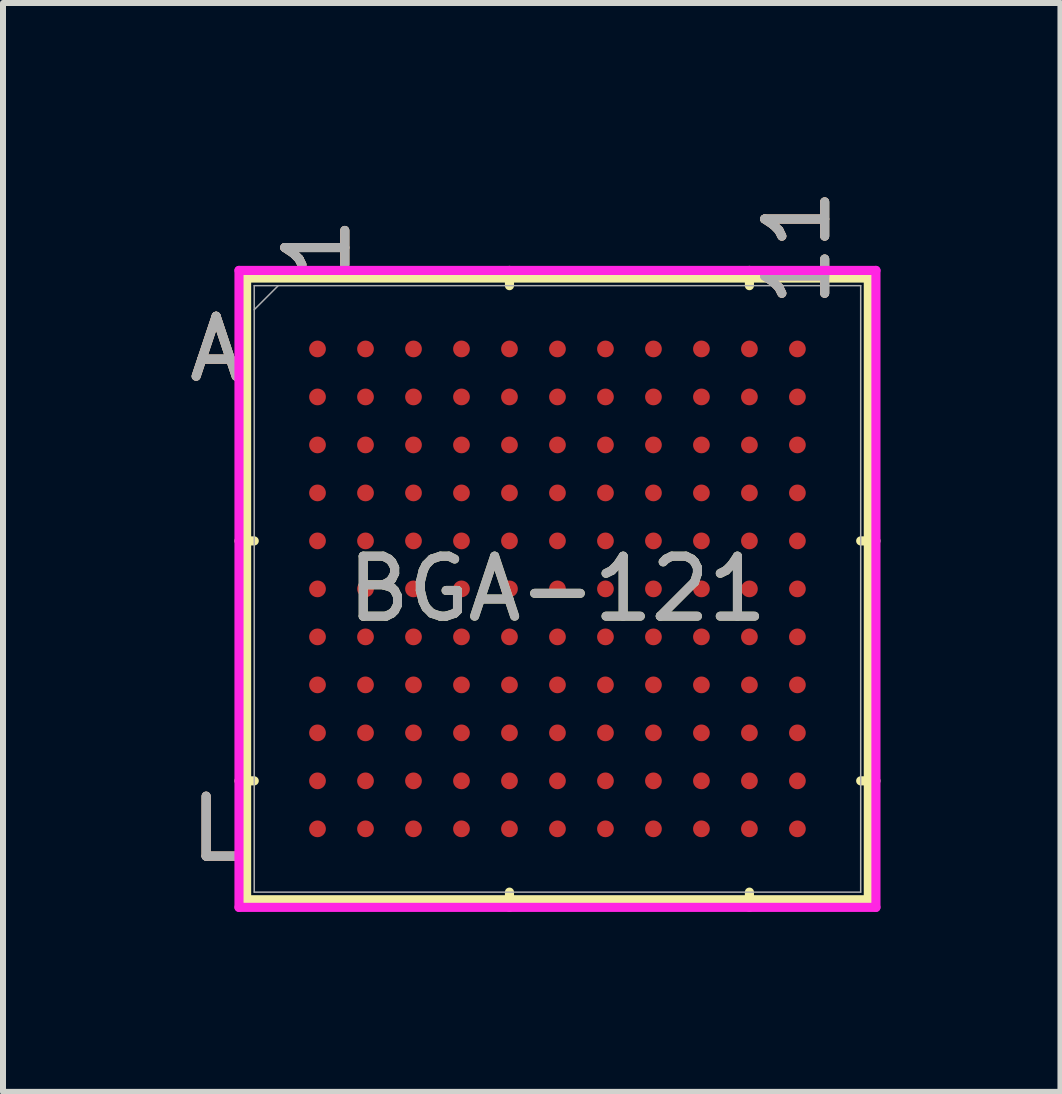
<source format=kicad_pcb>
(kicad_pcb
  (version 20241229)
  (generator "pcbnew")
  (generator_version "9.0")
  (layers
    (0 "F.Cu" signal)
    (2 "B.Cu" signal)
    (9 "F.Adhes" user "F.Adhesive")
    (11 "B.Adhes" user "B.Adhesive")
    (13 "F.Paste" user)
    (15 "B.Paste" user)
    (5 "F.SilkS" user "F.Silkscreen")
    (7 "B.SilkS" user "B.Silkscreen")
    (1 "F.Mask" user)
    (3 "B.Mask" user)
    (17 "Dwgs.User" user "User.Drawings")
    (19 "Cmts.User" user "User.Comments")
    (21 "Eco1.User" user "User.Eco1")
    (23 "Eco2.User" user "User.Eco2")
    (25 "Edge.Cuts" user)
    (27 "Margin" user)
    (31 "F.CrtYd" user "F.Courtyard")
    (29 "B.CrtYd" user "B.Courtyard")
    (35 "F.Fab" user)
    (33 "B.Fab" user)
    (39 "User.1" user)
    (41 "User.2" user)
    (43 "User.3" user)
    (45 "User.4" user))
  (footprint "BGA-121"
    (layer "F.Cu")
    (at 6.243 6.767)
    (property "Reference" "BGA-121" (at 0 0 0) (unlocked yes) (layer "F.SilkS") (effects (font (size 1 1) (thickness 0.15))))
    (attr smd)
    (fp_line (start -5.182 -5.182) (end -5.182 5.182) (stroke (width 0.152) (type solid)) (layer "F.SilkS"))
    (fp_line (start -5.182 5.182) (end 5.182 5.182) (stroke (width 0.152) (type solid)) (layer "F.SilkS"))
    (fp_line (start -5.055 -0.8) (end -5.309 -0.8) (stroke (width 0.152) (type solid)) (layer "F.SilkS"))
    (fp_line (start -5.055 3.2) (end -5.309 3.2) (stroke (width 0.152) (type solid)) (layer "F.SilkS"))
    (fp_line (start -0.8 -5.055) (end -0.8 -5.309) (stroke (width 0.152) (type solid)) (layer "F.SilkS"))
    (fp_line (start -0.8 5.055) (end -0.8 5.309) (stroke (width 0.152) (type solid)) (layer "F.SilkS"))
    (fp_line (start 3.2 -5.055) (end 3.2 -5.309) (stroke (width 0.152) (type solid)) (layer "F.SilkS"))
    (fp_line (start 3.2 5.055) (end 3.2 5.309) (stroke (width 0.152) (type solid)) (layer "F.SilkS"))
    (fp_line (start 5.055 -0.8) (end 5.309 -0.8) (stroke (width 0.152) (type solid)) (layer "F.SilkS"))
    (fp_line (start 5.055 3.2) (end 5.309 3.2) (stroke (width 0.152) (type solid)) (layer "F.SilkS"))
    (fp_line (start 5.182 -5.182) (end -5.182 -5.182) (stroke (width 0.152) (type solid)) (layer "F.SilkS"))
    (fp_line (start 5.182 5.182) (end 5.182 -5.182) (stroke (width 0.152) (type solid)) (layer "F.SilkS"))
    (fp_poly (pts (xy -4.845 -4.845) (xy 4.845 -4.845) (xy 4.845 4.845) (xy -4.845 4.845)) (stroke (width 0.1) (type solid)) (fill no) (layer "Eco2.User"))
    (fp_line (start -5.309 -5.309) (end 5.309 -5.309) (stroke (width 0.152) (type solid)) (layer "F.CrtYd"))
    (fp_line (start -5.309 5.309) (end -5.309 -5.309) (stroke (width 0.152) (type solid)) (layer "F.CrtYd"))
    (fp_line (start 5.309 -5.309) (end 5.309 5.309) (stroke (width 0.152) (type solid)) (layer "F.CrtYd"))
    (fp_line (start 5.309 5.309) (end -5.309 5.309) (stroke (width 0.152) (type solid)) (layer "F.CrtYd"))
    (fp_line (start -5.055 -5.055) (end -5.055 5.055) (stroke (width 0.025) (type solid)) (layer "F.Fab"))
    (fp_line (start -5.055 5.055) (end 5.055 5.055) (stroke (width 0.025) (type solid)) (layer "F.Fab"))
    (fp_line (start -4.655 -5.055) (end -5.055 -4.655) (stroke (width 0.025) (type solid)) (layer "F.Fab"))
    (fp_line (start 5.055 -5.055) (end -5.055 -5.055) (stroke (width 0.025) (type solid)) (layer "F.Fab"))
    (fp_line (start 5.055 5.055) (end 5.055 -5.055) (stroke (width 0.025) (type solid)) (layer "F.Fab"))
    (fp_text user "11" (at 4 -5.69 90) (unlocked yes) (layer "F.SilkS") (effects (font (size 1 1) (thickness 0.15))))
    (fp_text user "1" (at -4 -5.69 90) (unlocked yes) (layer "F.SilkS") (effects (font (size 1 1) (thickness 0.15))))
    (fp_text user "L" (at -5.69 4 0) (unlocked yes) (layer "F.SilkS") (effects (font (size 1 1) (thickness 0.15))))
    (fp_text user "A" (at -5.69 -4 0) (unlocked yes) (layer "F.SilkS") (effects (font (size 1 1) (thickness 0.15))))
    (fp_text user "11" (at 4 -5.69 90) (unlocked yes) (layer "B.SilkS") (effects (font (size 1 1) (thickness 0.15))))
    (fp_text user "A" (at -5.69 -4 0) (unlocked yes) (layer "B.SilkS") (effects (font (size 1 1) (thickness 0.15))))
    (fp_text user "1" (at -4 -5.69 90) (unlocked yes) (layer "B.SilkS") (effects (font (size 1 1) (thickness 0.15))))
    (fp_text user "L" (at -5.69 4 0) (unlocked yes) (layer "B.SilkS") (effects (font (size 1 1) (thickness 0.15))))
    (fp_text user "11" (at 4 -5.69 90) (unlocked yes) (layer "F.Fab") (effects (font (size 1 1) (thickness 0.15))))
    (fp_text user "1" (at -4 -5.69 90) (unlocked yes) (layer "F.Fab") (effects (font (size 1 1) (thickness 0.15))))
    (fp_text user "L" (at -5.69 4 0) (unlocked yes) (layer "F.Fab") (effects (font (size 1 1) (thickness 0.15))))
    (fp_text user "${REFERENCE}" (at 0 0 0) (unlocked yes) (layer "F.Fab") (effects (font (size 1 1) (thickness 0.15))))
    (fp_text user "A" (at -5.69 -4 0) (unlocked yes) (layer "F.Fab") (effects (font (size 1 1) (thickness 0.15))))
    (pad "A1" smd circle (at -4 -4) (size 0.279 0.279) (layers "F.Cu" "F.Mask" "F.Paste"))
    (pad "A2" smd circle (at -3.2 -4) (size 0.279 0.279) (layers "F.Cu" "F.Mask" "F.Paste"))
    (pad "A3" smd circle (at -2.4 -4) (size 0.279 0.279) (layers "F.Cu" "F.Mask" "F.Paste"))
    (pad "A4" smd circle (at -1.6 -4) (size 0.279 0.279) (layers "F.Cu" "F.Mask" "F.Paste"))
    (pad "A5" smd circle (at -0.8 -4) (size 0.279 0.279) (layers "F.Cu" "F.Mask" "F.Paste"))
    (pad "A6" smd circle (at 0 -4) (size 0.279 0.279) (layers "F.Cu" "F.Mask" "F.Paste"))
    (pad "A7" smd circle (at 0.8 -4) (size 0.279 0.279) (layers "F.Cu" "F.Mask" "F.Paste"))
    (pad "A8" smd circle (at 1.6 -4) (size 0.279 0.279) (layers "F.Cu" "F.Mask" "F.Paste"))
    (pad "A9" smd circle (at 2.4 -4) (size 0.279 0.279) (layers "F.Cu" "F.Mask" "F.Paste"))
    (pad "A10" smd circle (at 3.2 -4) (size 0.279 0.279) (layers "F.Cu" "F.Mask" "F.Paste"))
    (pad "A11" smd circle (at 4 -4) (size 0.279 0.279) (layers "F.Cu" "F.Mask" "F.Paste"))
    (pad "B1" smd circle (at -4 -3.2) (size 0.279 0.279) (layers "F.Cu" "F.Mask" "F.Paste"))
    (pad "B2" smd circle (at -3.2 -3.2) (size 0.279 0.279) (layers "F.Cu" "F.Mask" "F.Paste"))
    (pad "B3" smd circle (at -2.4 -3.2) (size 0.279 0.279) (layers "F.Cu" "F.Mask" "F.Paste"))
    (pad "B4" smd circle (at -1.6 -3.2) (size 0.279 0.279) (layers "F.Cu" "F.Mask" "F.Paste"))
    (pad "B5" smd circle (at -0.8 -3.2) (size 0.279 0.279) (layers "F.Cu" "F.Mask" "F.Paste"))
    (pad "B6" smd circle (at 0 -3.2) (size 0.279 0.279) (layers "F.Cu" "F.Mask" "F.Paste"))
    (pad "B7" smd circle (at 0.8 -3.2) (size 0.279 0.279) (layers "F.Cu" "F.Mask" "F.Paste"))
    (pad "B8" smd circle (at 1.6 -3.2) (size 0.279 0.279) (layers "F.Cu" "F.Mask" "F.Paste"))
    (pad "B9" smd circle (at 2.4 -3.2) (size 0.279 0.279) (layers "F.Cu" "F.Mask" "F.Paste"))
    (pad "B10" smd circle (at 3.2 -3.2) (size 0.279 0.279) (layers "F.Cu" "F.Mask" "F.Paste"))
    (pad "B11" smd circle (at 4 -3.2) (size 0.279 0.279) (layers "F.Cu" "F.Mask" "F.Paste"))
    (pad "C1" smd circle (at -4 -2.4) (size 0.279 0.279) (layers "F.Cu" "F.Mask" "F.Paste"))
    (pad "C2" smd circle (at -3.2 -2.4) (size 0.279 0.279) (layers "F.Cu" "F.Mask" "F.Paste"))
    (pad "C3" smd circle (at -2.4 -2.4) (size 0.279 0.279) (layers "F.Cu" "F.Mask" "F.Paste"))
    (pad "C4" smd circle (at -1.6 -2.4) (size 0.279 0.279) (layers "F.Cu" "F.Mask" "F.Paste"))
    (pad "C5" smd circle (at -0.8 -2.4) (size 0.279 0.279) (layers "F.Cu" "F.Mask" "F.Paste"))
    (pad "C6" smd circle (at 0 -2.4) (size 0.279 0.279) (layers "F.Cu" "F.Mask" "F.Paste"))
    (pad "C7" smd circle (at 0.8 -2.4) (size 0.279 0.279) (layers "F.Cu" "F.Mask" "F.Paste"))
    (pad "C8" smd circle (at 1.6 -2.4) (size 0.279 0.279) (layers "F.Cu" "F.Mask" "F.Paste"))
    (pad "C9" smd circle (at 2.4 -2.4) (size 0.279 0.279) (layers "F.Cu" "F.Mask" "F.Paste"))
    (pad "C10" smd circle (at 3.2 -2.4) (size 0.279 0.279) (layers "F.Cu" "F.Mask" "F.Paste"))
    (pad "C11" smd circle (at 4 -2.4) (size 0.279 0.279) (layers "F.Cu" "F.Mask" "F.Paste"))
    (pad "D1" smd circle (at -4 -1.6) (size 0.279 0.279) (layers "F.Cu" "F.Mask" "F.Paste"))
    (pad "D2" smd circle (at -3.2 -1.6) (size 0.279 0.279) (layers "F.Cu" "F.Mask" "F.Paste"))
    (pad "D3" smd circle (at -2.4 -1.6) (size 0.279 0.279) (layers "F.Cu" "F.Mask" "F.Paste"))
    (pad "D4" smd circle (at -1.6 -1.6) (size 0.279 0.279) (layers "F.Cu" "F.Mask" "F.Paste"))
    (pad "D5" smd circle (at -0.8 -1.6) (size 0.279 0.279) (layers "F.Cu" "F.Mask" "F.Paste"))
    (pad "D6" smd circle (at 0 -1.6) (size 0.279 0.279) (layers "F.Cu" "F.Mask" "F.Paste"))
    (pad "D7" smd circle (at 0.8 -1.6) (size 0.279 0.279) (layers "F.Cu" "F.Mask" "F.Paste"))
    (pad "D8" smd circle (at 1.6 -1.6) (size 0.279 0.279) (layers "F.Cu" "F.Mask" "F.Paste"))
    (pad "D9" smd circle (at 2.4 -1.6) (size 0.279 0.279) (layers "F.Cu" "F.Mask" "F.Paste"))
    (pad "D10" smd circle (at 3.2 -1.6) (size 0.279 0.279) (layers "F.Cu" "F.Mask" "F.Paste"))
    (pad "D11" smd circle (at 4 -1.6) (size 0.279 0.279) (layers "F.Cu" "F.Mask" "F.Paste"))
    (pad "E1" smd circle (at -4 -0.8) (size 0.279 0.279) (layers "F.Cu" "F.Mask" "F.Paste"))
    (pad "E2" smd circle (at -3.2 -0.8) (size 0.279 0.279) (layers "F.Cu" "F.Mask" "F.Paste"))
    (pad "E3" smd circle (at -2.4 -0.8) (size 0.279 0.279) (layers "F.Cu" "F.Mask" "F.Paste"))
    (pad "E4" smd circle (at -1.6 -0.8) (size 0.279 0.279) (layers "F.Cu" "F.Mask" "F.Paste"))
    (pad "E5" smd circle (at -0.8 -0.8) (size 0.279 0.279) (layers "F.Cu" "F.Mask" "F.Paste"))
    (pad "E6" smd circle (at 0 -0.8) (size 0.279 0.279) (layers "F.Cu" "F.Mask" "F.Paste"))
    (pad "E7" smd circle (at 0.8 -0.8) (size 0.279 0.279) (layers "F.Cu" "F.Mask" "F.Paste"))
    (pad "E8" smd circle (at 1.6 -0.8) (size 0.279 0.279) (layers "F.Cu" "F.Mask" "F.Paste"))
    (pad "E9" smd circle (at 2.4 -0.8) (size 0.279 0.279) (layers "F.Cu" "F.Mask" "F.Paste"))
    (pad "E10" smd circle (at 3.2 -0.8) (size 0.279 0.279) (layers "F.Cu" "F.Mask" "F.Paste"))
    (pad "E11" smd circle (at 4 -0.8) (size 0.279 0.279) (layers "F.Cu" "F.Mask" "F.Paste"))
    (pad "F1" smd circle (at -4 0) (size 0.279 0.279) (layers "F.Cu" "F.Mask" "F.Paste"))
    (pad "F2" smd circle (at -3.2 0) (size 0.279 0.279) (layers "F.Cu" "F.Mask" "F.Paste"))
    (pad "F3" smd circle (at -2.4 0) (size 0.279 0.279) (layers "F.Cu" "F.Mask" "F.Paste"))
    (pad "F4" smd circle (at -1.6 0) (size 0.279 0.279) (layers "F.Cu" "F.Mask" "F.Paste"))
    (pad "F5" smd circle (at -0.8 0) (size 0.279 0.279) (layers "F.Cu" "F.Mask" "F.Paste"))
    (pad "F6" smd circle (at 0 0) (size 0.279 0.279) (layers "F.Cu" "F.Mask" "F.Paste"))
    (pad "F7" smd circle (at 0.8 0) (size 0.279 0.279) (layers "F.Cu" "F.Mask" "F.Paste"))
    (pad "F8" smd circle (at 1.6 0) (size 0.279 0.279) (layers "F.Cu" "F.Mask" "F.Paste"))
    (pad "F9" smd circle (at 2.4 0) (size 0.279 0.279) (layers "F.Cu" "F.Mask" "F.Paste"))
    (pad "F10" smd circle (at 3.2 0) (size 0.279 0.279) (layers "F.Cu" "F.Mask" "F.Paste"))
    (pad "F11" smd circle (at 4 0) (size 0.279 0.279) (layers "F.Cu" "F.Mask" "F.Paste"))
    (pad "G1" smd circle (at -4 0.8) (size 0.279 0.279) (layers "F.Cu" "F.Mask" "F.Paste"))
    (pad "G2" smd circle (at -3.2 0.8) (size 0.279 0.279) (layers "F.Cu" "F.Mask" "F.Paste"))
    (pad "G3" smd circle (at -2.4 0.8) (size 0.279 0.279) (layers "F.Cu" "F.Mask" "F.Paste"))
    (pad "G4" smd circle (at -1.6 0.8) (size 0.279 0.279) (layers "F.Cu" "F.Mask" "F.Paste"))
    (pad "G5" smd circle (at -0.8 0.8) (size 0.279 0.279) (layers "F.Cu" "F.Mask" "F.Paste"))
    (pad "G6" smd circle (at 0 0.8) (size 0.279 0.279) (layers "F.Cu" "F.Mask" "F.Paste"))
    (pad "G7" smd circle (at 0.8 0.8) (size 0.279 0.279) (layers "F.Cu" "F.Mask" "F.Paste"))
    (pad "G8" smd circle (at 1.6 0.8) (size 0.279 0.279) (layers "F.Cu" "F.Mask" "F.Paste"))
    (pad "G9" smd circle (at 2.4 0.8) (size 0.279 0.279) (layers "F.Cu" "F.Mask" "F.Paste"))
    (pad "G10" smd circle (at 3.2 0.8) (size 0.279 0.279) (layers "F.Cu" "F.Mask" "F.Paste"))
    (pad "G11" smd circle (at 4 0.8) (size 0.279 0.279) (layers "F.Cu" "F.Mask" "F.Paste"))
    (pad "H1" smd circle (at -4 1.6) (size 0.279 0.279) (layers "F.Cu" "F.Mask" "F.Paste"))
    (pad "H2" smd circle (at -3.2 1.6) (size 0.279 0.279) (layers "F.Cu" "F.Mask" "F.Paste"))
    (pad "H3" smd circle (at -2.4 1.6) (size 0.279 0.279) (layers "F.Cu" "F.Mask" "F.Paste"))
    (pad "H4" smd circle (at -1.6 1.6) (size 0.279 0.279) (layers "F.Cu" "F.Mask" "F.Paste"))
    (pad "H5" smd circle (at -0.8 1.6) (size 0.279 0.279) (layers "F.Cu" "F.Mask" "F.Paste"))
    (pad "H6" smd circle (at 0 1.6) (size 0.279 0.279) (layers "F.Cu" "F.Mask" "F.Paste"))
    (pad "H7" smd circle (at 0.8 1.6) (size 0.279 0.279) (layers "F.Cu" "F.Mask" "F.Paste"))
    (pad "H8" smd circle (at 1.6 1.6) (size 0.279 0.279) (layers "F.Cu" "F.Mask" "F.Paste"))
    (pad "H9" smd circle (at 2.4 1.6) (size 0.279 0.279) (layers "F.Cu" "F.Mask" "F.Paste"))
    (pad "H10" smd circle (at 3.2 1.6) (size 0.279 0.279) (layers "F.Cu" "F.Mask" "F.Paste"))
    (pad "H11" smd circle (at 4 1.6) (size 0.279 0.279) (layers "F.Cu" "F.Mask" "F.Paste"))
    (pad "J1" smd circle (at -4 2.4) (size 0.279 0.279) (layers "F.Cu" "F.Mask" "F.Paste"))
    (pad "J2" smd circle (at -3.2 2.4) (size 0.279 0.279) (layers "F.Cu" "F.Mask" "F.Paste"))
    (pad "J3" smd circle (at -2.4 2.4) (size 0.279 0.279) (layers "F.Cu" "F.Mask" "F.Paste"))
    (pad "J4" smd circle (at -1.6 2.4) (size 0.279 0.279) (layers "F.Cu" "F.Mask" "F.Paste"))
    (pad "J5" smd circle (at -0.8 2.4) (size 0.279 0.279) (layers "F.Cu" "F.Mask" "F.Paste"))
    (pad "J6" smd circle (at 0 2.4) (size 0.279 0.279) (layers "F.Cu" "F.Mask" "F.Paste"))
    (pad "J7" smd circle (at 0.8 2.4) (size 0.279 0.279) (layers "F.Cu" "F.Mask" "F.Paste"))
    (pad "J8" smd circle (at 1.6 2.4) (size 0.279 0.279) (layers "F.Cu" "F.Mask" "F.Paste"))
    (pad "J9" smd circle (at 2.4 2.4) (size 0.279 0.279) (layers "F.Cu" "F.Mask" "F.Paste"))
    (pad "J10" smd circle (at 3.2 2.4) (size 0.279 0.279) (layers "F.Cu" "F.Mask" "F.Paste"))
    (pad "J11" smd circle (at 4 2.4) (size 0.279 0.279) (layers "F.Cu" "F.Mask" "F.Paste"))
    (pad "K1" smd circle (at -4 3.2) (size 0.279 0.279) (layers "F.Cu" "F.Mask" "F.Paste"))
    (pad "K2" smd circle (at -3.2 3.2) (size 0.279 0.279) (layers "F.Cu" "F.Mask" "F.Paste"))
    (pad "K3" smd circle (at -2.4 3.2) (size 0.279 0.279) (layers "F.Cu" "F.Mask" "F.Paste"))
    (pad "K4" smd circle (at -1.6 3.2) (size 0.279 0.279) (layers "F.Cu" "F.Mask" "F.Paste"))
    (pad "K5" smd circle (at -0.8 3.2) (size 0.279 0.279) (layers "F.Cu" "F.Mask" "F.Paste"))
    (pad "K6" smd circle (at 0 3.2) (size 0.279 0.279) (layers "F.Cu" "F.Mask" "F.Paste"))
    (pad "K7" smd circle (at 0.8 3.2) (size 0.279 0.279) (layers "F.Cu" "F.Mask" "F.Paste"))
    (pad "K8" smd circle (at 1.6 3.2) (size 0.279 0.279) (layers "F.Cu" "F.Mask" "F.Paste"))
    (pad "K9" smd circle (at 2.4 3.2) (size 0.279 0.279) (layers "F.Cu" "F.Mask" "F.Paste"))
    (pad "K10" smd circle (at 3.2 3.2) (size 0.279 0.279) (layers "F.Cu" "F.Mask" "F.Paste"))
    (pad "K11" smd circle (at 4 3.2) (size 0.279 0.279) (layers "F.Cu" "F.Mask" "F.Paste"))
    (pad "L1" smd circle (at -4 4) (size 0.279 0.279) (layers "F.Cu" "F.Mask" "F.Paste"))
    (pad "L2" smd circle (at -3.2 4) (size 0.279 0.279) (layers "F.Cu" "F.Mask" "F.Paste"))
    (pad "L3" smd circle (at -2.4 4) (size 0.279 0.279) (layers "F.Cu" "F.Mask" "F.Paste"))
    (pad "L4" smd circle (at -1.6 4) (size 0.279 0.279) (layers "F.Cu" "F.Mask" "F.Paste"))
    (pad "L5" smd circle (at -0.8 4) (size 0.279 0.279) (layers "F.Cu" "F.Mask" "F.Paste"))
    (pad "L6" smd circle (at 0 4) (size 0.279 0.279) (layers "F.Cu" "F.Mask" "F.Paste"))
    (pad "L7" smd circle (at 0.8 4) (size 0.279 0.279) (layers "F.Cu" "F.Mask" "F.Paste"))
    (pad "L8" smd circle (at 1.6 4) (size 0.279 0.279) (layers "F.Cu" "F.Mask" "F.Paste"))
    (pad "L9" smd circle (at 2.4 4) (size 0.279 0.279) (layers "F.Cu" "F.Mask" "F.Paste"))
    (pad "L10" smd circle (at 3.2 4) (size 0.279 0.279) (layers "F.Cu" "F.Mask" "F.Paste"))
    (pad "L11" smd circle (at 4 4) (size 0.279 0.279) (layers "F.Cu" "F.Mask" "F.Paste")))
  (gr_rect
    (start -3 -3)
    (end 14.628 15.152)
    (stroke (width 0.1) (type default))
    (fill no)
    (layer "Edge.Cuts")))
</source>
